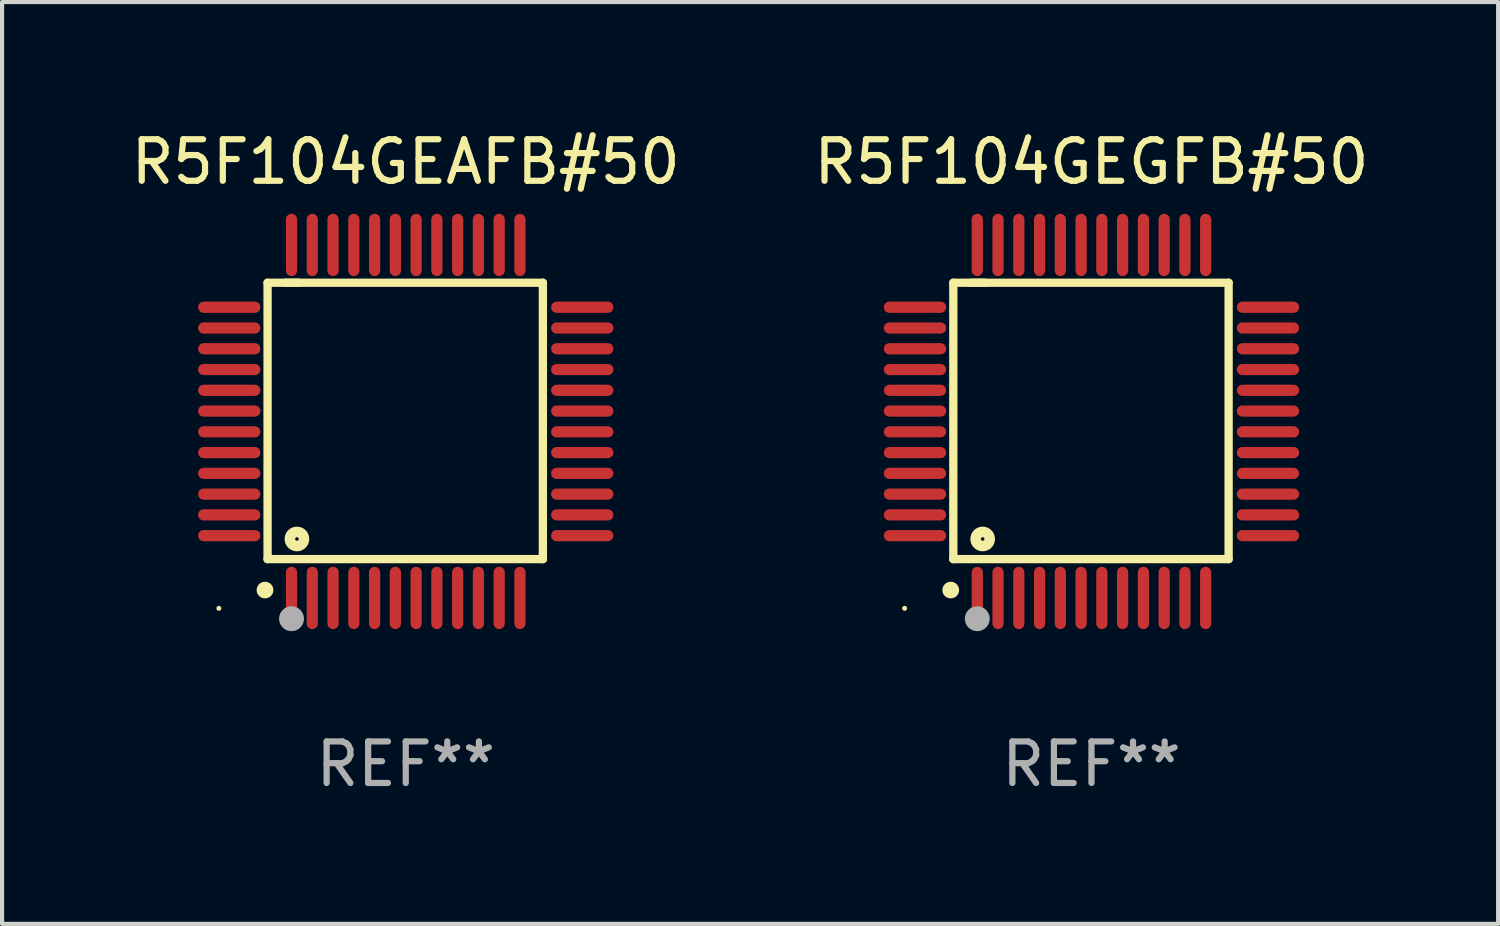
<source format=kicad_pcb>
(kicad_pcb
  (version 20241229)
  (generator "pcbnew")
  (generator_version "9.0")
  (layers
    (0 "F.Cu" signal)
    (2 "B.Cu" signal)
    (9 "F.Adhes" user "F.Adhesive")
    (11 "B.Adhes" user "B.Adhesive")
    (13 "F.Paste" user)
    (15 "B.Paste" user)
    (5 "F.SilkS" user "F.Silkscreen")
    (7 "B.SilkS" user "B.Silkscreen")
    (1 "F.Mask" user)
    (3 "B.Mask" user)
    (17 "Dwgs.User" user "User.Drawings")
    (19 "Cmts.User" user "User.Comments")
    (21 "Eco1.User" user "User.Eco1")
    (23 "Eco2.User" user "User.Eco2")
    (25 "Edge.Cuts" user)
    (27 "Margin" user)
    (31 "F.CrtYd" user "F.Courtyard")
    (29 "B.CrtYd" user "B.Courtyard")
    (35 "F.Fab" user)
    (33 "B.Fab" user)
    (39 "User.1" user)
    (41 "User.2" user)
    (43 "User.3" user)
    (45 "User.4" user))
  (footprint "R5F104GEGFB#50"
    (layer "F.Cu")
    (at 23.232 7.098)
    (property "Reference" "R5F104GEGFB#50" (at 0 -6.25 0) (layer "F.SilkS") (effects (font (size 1 1) (thickness 0.15))))
    (attr through_hole)
    (fp_line (start -3.327 -3.34) (end -2.565 -3.34) (stroke (width 0.2) (type solid)) (layer "F.SilkS"))
    (fp_line (start -3.327 3.315) (end -3.327 -3.34) (stroke (width 0.2) (type solid)) (layer "F.SilkS"))
    (fp_line (start -2.896 -3.34) (end 3.302 -3.34) (stroke (width 0.2) (type solid)) (layer "F.SilkS"))
    (fp_line (start 3.302 -3.34) (end 3.302 3.315) (stroke (width 0.2) (type solid)) (layer "F.SilkS"))
    (fp_line (start 3.302 3.315) (end -3.327 3.315) (stroke (width 0.2) (type solid)) (layer "F.SilkS"))
    (fp_arc (start -3.389992 4.059995) (mid -3.388722 4.059991) (end -3.387452 4.059995) (stroke (width 0.4) (type solid)) (layer "F.SilkS"))
    (fp_circle (center -4.5 4.5) (end -4.47 4.5) (stroke (width 0.06) (type solid)) (fill no) (layer "F.SilkS"))
    (fp_circle (center -2.62 2.83) (end -2.45 2.83) (stroke (width 0.254) (type solid)) (fill no) (layer "F.SilkS"))
    (fp_circle (center -2.75 4.75) (end -2.6 4.75) (stroke (width 0.3) (type solid)) (fill no) (layer "F.Fab"))
    (fp_text user "REF**" (at 0 8.25 0) (layer "F.Fab") (effects (font (size 1 1) (thickness 0.15))))
    (pad "1" smd oval (at -2.75 4.25) (size 0.27 1.5) (layers "F.Cu" "F.Mask" "F.Paste"))
    (pad "2" smd oval (at -2.25 4.25) (size 0.27 1.5) (layers "F.Cu" "F.Mask" "F.Paste"))
    (pad "3" smd oval (at -1.75 4.25) (size 0.27 1.5) (layers "F.Cu" "F.Mask" "F.Paste"))
    (pad "4" smd oval (at -1.25 4.25) (size 0.27 1.5) (layers "F.Cu" "F.Mask" "F.Paste"))
    (pad "5" smd oval (at -0.75 4.25) (size 0.27 1.5) (layers "F.Cu" "F.Mask" "F.Paste"))
    (pad "6" smd oval (at -0.25 4.25) (size 0.27 1.5) (layers "F.Cu" "F.Mask" "F.Paste"))
    (pad "7" smd oval (at 0.25 4.25) (size 0.27 1.5) (layers "F.Cu" "F.Mask" "F.Paste"))
    (pad "8" smd oval (at 0.75 4.25) (size 0.27 1.5) (layers "F.Cu" "F.Mask" "F.Paste"))
    (pad "9" smd oval (at 1.25 4.25) (size 0.27 1.5) (layers "F.Cu" "F.Mask" "F.Paste"))
    (pad "10" smd oval (at 1.75 4.25) (size 0.27 1.5) (layers "F.Cu" "F.Mask" "F.Paste"))
    (pad "11" smd oval (at 2.25 4.25) (size 0.27 1.5) (layers "F.Cu" "F.Mask" "F.Paste"))
    (pad "12" smd oval (at 2.75 4.25) (size 0.27 1.5) (layers "F.Cu" "F.Mask" "F.Paste"))
    (pad "13" smd oval (at 4.25 2.75) (size 1.5 0.27) (layers "F.Cu" "F.Mask" "F.Paste"))
    (pad "14" smd oval (at 4.25 2.25) (size 1.5 0.27) (layers "F.Cu" "F.Mask" "F.Paste"))
    (pad "15" smd oval (at 4.25 1.75) (size 1.5 0.27) (layers "F.Cu" "F.Mask" "F.Paste"))
    (pad "16" smd oval (at 4.25 1.25) (size 1.5 0.27) (layers "F.Cu" "F.Mask" "F.Paste"))
    (pad "17" smd oval (at 4.25 0.75) (size 1.5 0.27) (layers "F.Cu" "F.Mask" "F.Paste"))
    (pad "18" smd oval (at 4.25 0.25) (size 1.5 0.27) (layers "F.Cu" "F.Mask" "F.Paste"))
    (pad "19" smd oval (at 4.25 -0.25) (size 1.5 0.27) (layers "F.Cu" "F.Mask" "F.Paste"))
    (pad "20" smd oval (at 4.25 -0.75) (size 1.5 0.27) (layers "F.Cu" "F.Mask" "F.Paste"))
    (pad "21" smd oval (at 4.25 -1.25) (size 1.5 0.27) (layers "F.Cu" "F.Mask" "F.Paste"))
    (pad "22" smd oval (at 4.25 -1.75) (size 1.5 0.27) (layers "F.Cu" "F.Mask" "F.Paste"))
    (pad "23" smd oval (at 4.25 -2.25) (size 1.5 0.27) (layers "F.Cu" "F.Mask" "F.Paste"))
    (pad "24" smd oval (at 4.25 -2.75) (size 1.5 0.27) (layers "F.Cu" "F.Mask" "F.Paste"))
    (pad "25" smd oval (at 2.75 -4.25) (size 0.27 1.5) (layers "F.Cu" "F.Mask" "F.Paste"))
    (pad "26" smd oval (at 2.25 -4.25) (size 0.27 1.5) (layers "F.Cu" "F.Mask" "F.Paste"))
    (pad "27" smd oval (at 1.75 -4.25) (size 0.27 1.5) (layers "F.Cu" "F.Mask" "F.Paste"))
    (pad "28" smd oval (at 1.25 -4.25) (size 0.27 1.5) (layers "F.Cu" "F.Mask" "F.Paste"))
    (pad "29" smd oval (at 0.75 -4.25) (size 0.27 1.5) (layers "F.Cu" "F.Mask" "F.Paste"))
    (pad "30" smd oval (at 0.25 -4.25) (size 0.27 1.5) (layers "F.Cu" "F.Mask" "F.Paste"))
    (pad "31" smd oval (at -0.25 -4.25) (size 0.27 1.5) (layers "F.Cu" "F.Mask" "F.Paste"))
    (pad "32" smd oval (at -0.75 -4.25) (size 0.27 1.5) (layers "F.Cu" "F.Mask" "F.Paste"))
    (pad "33" smd oval (at -1.25 -4.25) (size 0.27 1.5) (layers "F.Cu" "F.Mask" "F.Paste"))
    (pad "34" smd oval (at -1.75 -4.25) (size 0.27 1.5) (layers "F.Cu" "F.Mask" "F.Paste"))
    (pad "35" smd oval (at -2.25 -4.25) (size 0.27 1.5) (layers "F.Cu" "F.Mask" "F.Paste"))
    (pad "36" smd oval (at -2.75 -4.25) (size 0.27 1.5) (layers "F.Cu" "F.Mask" "F.Paste"))
    (pad "37" smd oval (at -4.25 -2.75) (size 1.5 0.27) (layers "F.Cu" "F.Mask" "F.Paste"))
    (pad "38" smd oval (at -4.25 -2.25) (size 1.5 0.27) (layers "F.Cu" "F.Mask" "F.Paste"))
    (pad "39" smd oval (at -4.25 -1.75) (size 1.5 0.27) (layers "F.Cu" "F.Mask" "F.Paste"))
    (pad "40" smd oval (at -4.25 -1.25) (size 1.5 0.27) (layers "F.Cu" "F.Mask" "F.Paste"))
    (pad "41" smd oval (at -4.25 -0.75) (size 1.5 0.27) (layers "F.Cu" "F.Mask" "F.Paste"))
    (pad "42" smd oval (at -4.25 -0.25) (size 1.5 0.27) (layers "F.Cu" "F.Mask" "F.Paste"))
    (pad "43" smd oval (at -4.25 0.25) (size 1.5 0.27) (layers "F.Cu" "F.Mask" "F.Paste"))
    (pad "44" smd oval (at -4.25 0.75) (size 1.5 0.27) (layers "F.Cu" "F.Mask" "F.Paste"))
    (pad "45" smd oval (at -4.25 1.25) (size 1.5 0.27) (layers "F.Cu" "F.Mask" "F.Paste"))
    (pad "46" smd oval (at -4.25 1.75) (size 1.5 0.27) (layers "F.Cu" "F.Mask" "F.Paste"))
    (pad "47" smd oval (at -4.25 2.25) (size 1.5 0.27) (layers "F.Cu" "F.Mask" "F.Paste"))
    (pad "48" smd oval (at -4.25 2.75) (size 1.5 0.27) (layers "F.Cu" "F.Mask" "F.Paste")))
  (footprint "R5F104GEAFB#50"
    (layer "F.Cu")
    (at 6.72 7.098)
    (property "Reference" "R5F104GEAFB#50" (at 0 -6.25 0) (layer "F.SilkS") (effects (font (size 1 1) (thickness 0.15))))
    (attr through_hole)
    (fp_line (start -3.327 -3.34) (end -2.565 -3.34) (stroke (width 0.2) (type solid)) (layer "F.SilkS"))
    (fp_line (start -3.327 3.315) (end -3.327 -3.34) (stroke (width 0.2) (type solid)) (layer "F.SilkS"))
    (fp_line (start -2.896 -3.34) (end 3.302 -3.34) (stroke (width 0.2) (type solid)) (layer "F.SilkS"))
    (fp_line (start 3.302 -3.34) (end 3.302 3.315) (stroke (width 0.2) (type solid)) (layer "F.SilkS"))
    (fp_line (start 3.302 3.315) (end -3.327 3.315) (stroke (width 0.2) (type solid)) (layer "F.SilkS"))
    (fp_arc (start -3.389992 4.059995) (mid -3.388722 4.059991) (end -3.387452 4.059995) (stroke (width 0.4) (type solid)) (layer "F.SilkS"))
    (fp_circle (center -4.5 4.5) (end -4.47 4.5) (stroke (width 0.06) (type solid)) (fill no) (layer "F.SilkS"))
    (fp_circle (center -2.62 2.83) (end -2.45 2.83) (stroke (width 0.254) (type solid)) (fill no) (layer "F.SilkS"))
    (fp_circle (center -2.75 4.75) (end -2.6 4.75) (stroke (width 0.3) (type solid)) (fill no) (layer "F.Fab"))
    (fp_text user "REF**" (at 0 8.25 0) (layer "F.Fab") (effects (font (size 1 1) (thickness 0.15))))
    (pad "1" smd oval (at -2.75 4.25) (size 0.27 1.5) (layers "F.Cu" "F.Mask" "F.Paste"))
    (pad "2" smd oval (at -2.25 4.25) (size 0.27 1.5) (layers "F.Cu" "F.Mask" "F.Paste"))
    (pad "3" smd oval (at -1.75 4.25) (size 0.27 1.5) (layers "F.Cu" "F.Mask" "F.Paste"))
    (pad "4" smd oval (at -1.25 4.25) (size 0.27 1.5) (layers "F.Cu" "F.Mask" "F.Paste"))
    (pad "5" smd oval (at -0.75 4.25) (size 0.27 1.5) (layers "F.Cu" "F.Mask" "F.Paste"))
    (pad "6" smd oval (at -0.25 4.25) (size 0.27 1.5) (layers "F.Cu" "F.Mask" "F.Paste"))
    (pad "7" smd oval (at 0.25 4.25) (size 0.27 1.5) (layers "F.Cu" "F.Mask" "F.Paste"))
    (pad "8" smd oval (at 0.75 4.25) (size 0.27 1.5) (layers "F.Cu" "F.Mask" "F.Paste"))
    (pad "9" smd oval (at 1.25 4.25) (size 0.27 1.5) (layers "F.Cu" "F.Mask" "F.Paste"))
    (pad "10" smd oval (at 1.75 4.25) (size 0.27 1.5) (layers "F.Cu" "F.Mask" "F.Paste"))
    (pad "11" smd oval (at 2.25 4.25) (size 0.27 1.5) (layers "F.Cu" "F.Mask" "F.Paste"))
    (pad "12" smd oval (at 2.75 4.25) (size 0.27 1.5) (layers "F.Cu" "F.Mask" "F.Paste"))
    (pad "13" smd oval (at 4.25 2.75) (size 1.5 0.27) (layers "F.Cu" "F.Mask" "F.Paste"))
    (pad "14" smd oval (at 4.25 2.25) (size 1.5 0.27) (layers "F.Cu" "F.Mask" "F.Paste"))
    (pad "15" smd oval (at 4.25 1.75) (size 1.5 0.27) (layers "F.Cu" "F.Mask" "F.Paste"))
    (pad "16" smd oval (at 4.25 1.25) (size 1.5 0.27) (layers "F.Cu" "F.Mask" "F.Paste"))
    (pad "17" smd oval (at 4.25 0.75) (size 1.5 0.27) (layers "F.Cu" "F.Mask" "F.Paste"))
    (pad "18" smd oval (at 4.25 0.25) (size 1.5 0.27) (layers "F.Cu" "F.Mask" "F.Paste"))
    (pad "19" smd oval (at 4.25 -0.25) (size 1.5 0.27) (layers "F.Cu" "F.Mask" "F.Paste"))
    (pad "20" smd oval (at 4.25 -0.75) (size 1.5 0.27) (layers "F.Cu" "F.Mask" "F.Paste"))
    (pad "21" smd oval (at 4.25 -1.25) (size 1.5 0.27) (layers "F.Cu" "F.Mask" "F.Paste"))
    (pad "22" smd oval (at 4.25 -1.75) (size 1.5 0.27) (layers "F.Cu" "F.Mask" "F.Paste"))
    (pad "23" smd oval (at 4.25 -2.25) (size 1.5 0.27) (layers "F.Cu" "F.Mask" "F.Paste"))
    (pad "24" smd oval (at 4.25 -2.75) (size 1.5 0.27) (layers "F.Cu" "F.Mask" "F.Paste"))
    (pad "25" smd oval (at 2.75 -4.25) (size 0.27 1.5) (layers "F.Cu" "F.Mask" "F.Paste"))
    (pad "26" smd oval (at 2.25 -4.25) (size 0.27 1.5) (layers "F.Cu" "F.Mask" "F.Paste"))
    (pad "27" smd oval (at 1.75 -4.25) (size 0.27 1.5) (layers "F.Cu" "F.Mask" "F.Paste"))
    (pad "28" smd oval (at 1.25 -4.25) (size 0.27 1.5) (layers "F.Cu" "F.Mask" "F.Paste"))
    (pad "29" smd oval (at 0.75 -4.25) (size 0.27 1.5) (layers "F.Cu" "F.Mask" "F.Paste"))
    (pad "30" smd oval (at 0.25 -4.25) (size 0.27 1.5) (layers "F.Cu" "F.Mask" "F.Paste"))
    (pad "31" smd oval (at -0.25 -4.25) (size 0.27 1.5) (layers "F.Cu" "F.Mask" "F.Paste"))
    (pad "32" smd oval (at -0.75 -4.25) (size 0.27 1.5) (layers "F.Cu" "F.Mask" "F.Paste"))
    (pad "33" smd oval (at -1.25 -4.25) (size 0.27 1.5) (layers "F.Cu" "F.Mask" "F.Paste"))
    (pad "34" smd oval (at -1.75 -4.25) (size 0.27 1.5) (layers "F.Cu" "F.Mask" "F.Paste"))
    (pad "35" smd oval (at -2.25 -4.25) (size 0.27 1.5) (layers "F.Cu" "F.Mask" "F.Paste"))
    (pad "36" smd oval (at -2.75 -4.25) (size 0.27 1.5) (layers "F.Cu" "F.Mask" "F.Paste"))
    (pad "37" smd oval (at -4.25 -2.75) (size 1.5 0.27) (layers "F.Cu" "F.Mask" "F.Paste"))
    (pad "38" smd oval (at -4.25 -2.25) (size 1.5 0.27) (layers "F.Cu" "F.Mask" "F.Paste"))
    (pad "39" smd oval (at -4.25 -1.75) (size 1.5 0.27) (layers "F.Cu" "F.Mask" "F.Paste"))
    (pad "40" smd oval (at -4.25 -1.25) (size 1.5 0.27) (layers "F.Cu" "F.Mask" "F.Paste"))
    (pad "41" smd oval (at -4.25 -0.75) (size 1.5 0.27) (layers "F.Cu" "F.Mask" "F.Paste"))
    (pad "42" smd oval (at -4.25 -0.25) (size 1.5 0.27) (layers "F.Cu" "F.Mask" "F.Paste"))
    (pad "43" smd oval (at -4.25 0.25) (size 1.5 0.27) (layers "F.Cu" "F.Mask" "F.Paste"))
    (pad "44" smd oval (at -4.25 0.75) (size 1.5 0.27) (layers "F.Cu" "F.Mask" "F.Paste"))
    (pad "45" smd oval (at -4.25 1.25) (size 1.5 0.27) (layers "F.Cu" "F.Mask" "F.Paste"))
    (pad "46" smd oval (at -4.25 1.75) (size 1.5 0.27) (layers "F.Cu" "F.Mask" "F.Paste"))
    (pad "47" smd oval (at -4.25 2.25) (size 1.5 0.27) (layers "F.Cu" "F.Mask" "F.Paste"))
    (pad "48" smd oval (at -4.25 2.75) (size 1.5 0.27) (layers "F.Cu" "F.Mask" "F.Paste")))
  (gr_rect
    (start -3 -3)
    (end 33.024 19.196)
    (stroke (width 0.1) (type default))
    (fill no)
    (layer "Edge.Cuts")))
</source>
